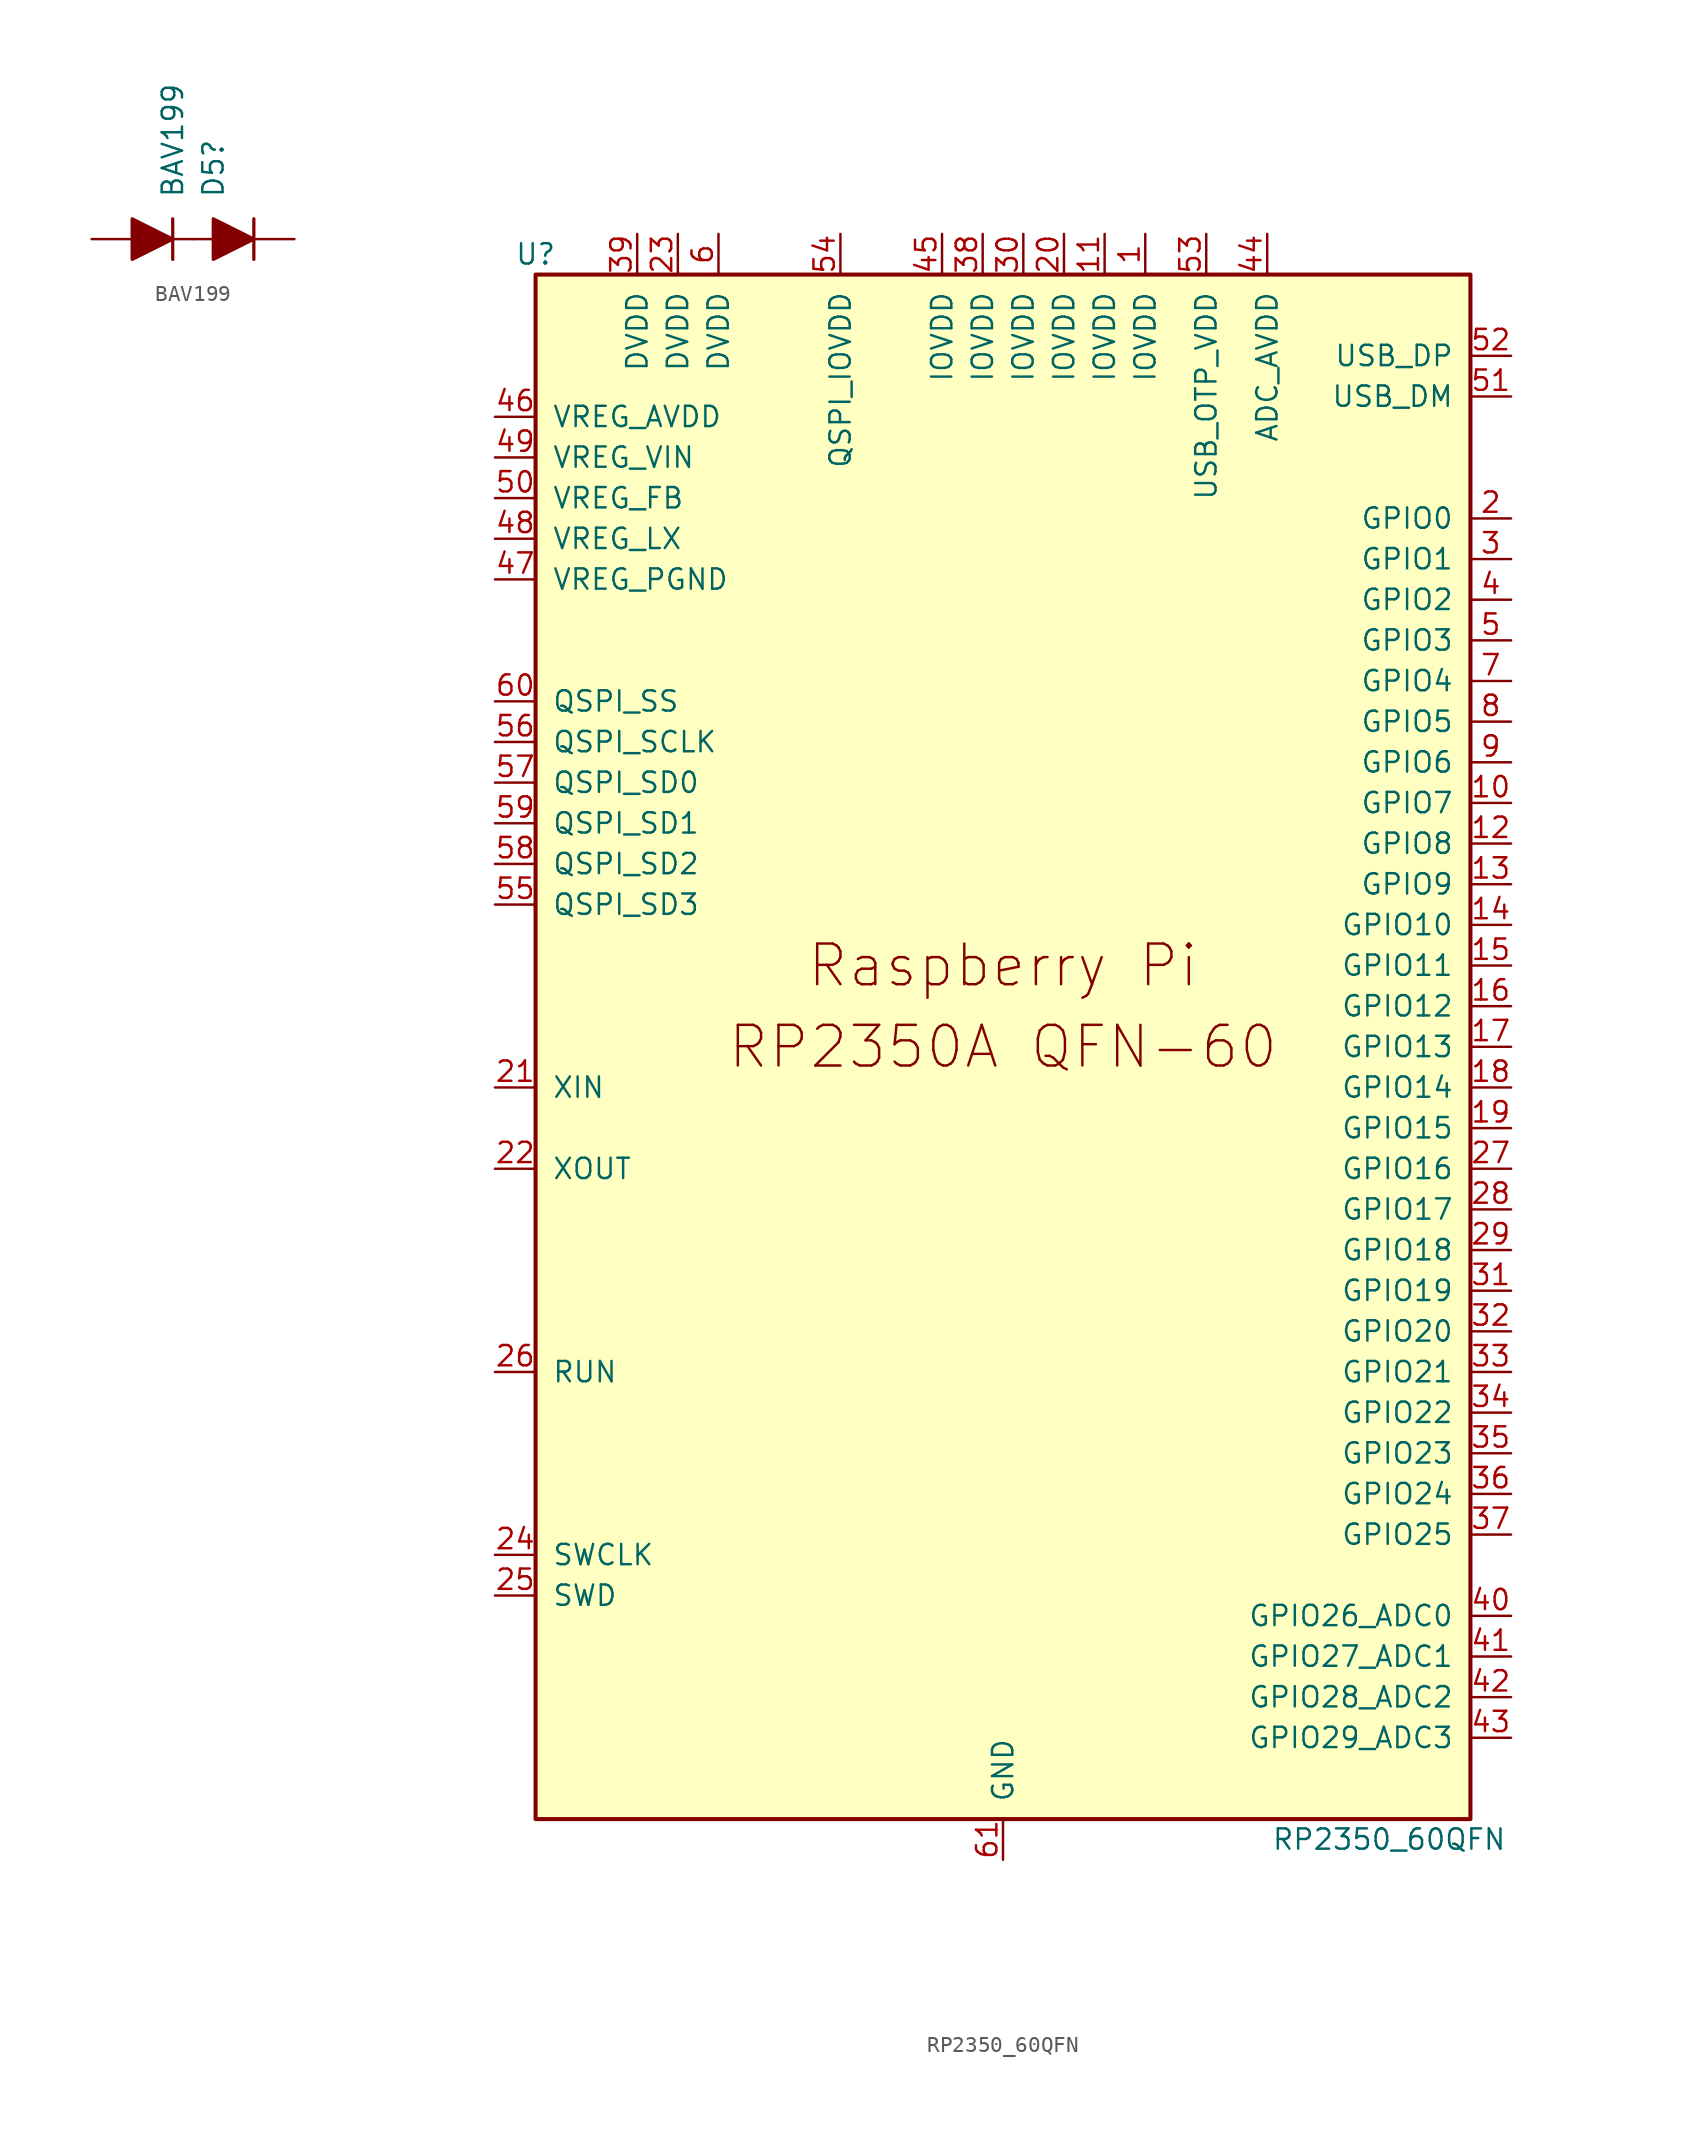
<source format=kicad_sym>
(kicad_symbol_lib
  (version 20241209)
  (generator "kicad_symbol_editor")
  (generator_version "9.0")
  (symbol "BAV199"
    (pin_numbers
      (hide yes))
    (pin_names
      (hide yes))
    (property "Reference" "D5"
      (at 1.27 2.54 90)
      (effects (font (size 1.27 1.27)) (justify left)))
    (property "Value" "BAV199"
      (at -1.27 2.54 90)
      (effects (font (size 1.27 1.27)) (justify left)))
    (symbol "BAV199_1_1"
      (polyline (pts (xy -3.81 1.27) (xy -1.27 0) (xy -3.81 -1.27) (xy -3.81 1.27) (xy -3.81 1.27) (xy -3.81 1.27)) (stroke (width 0.203) (type solid)) (fill (type outline)))
      (polyline (pts (xy -1.27 0) (xy 1.27 0)) (stroke (width 0) (type default)) (fill (type none)))
      (polyline (pts (xy -1.27 -1.27) (xy -1.27 1.27) (xy -1.27 1.27)) (stroke (width 0.203) (type default)) (fill (type none)))
      (polyline (pts (xy 1.27 1.27) (xy 3.81 0) (xy 1.27 -1.27) (xy 1.27 1.27) (xy 1.27 1.27) (xy 1.27 1.27)) (stroke (width 0.203) (type solid)) (fill (type outline)))
      (polyline (pts (xy 3.81 1.27) (xy 3.81 -1.27) (xy 3.81 -1.27)) (stroke (width 0.203) (type default)) (fill (type none)))
      (pin passive line (at -6.35 0 0) (length 2.54) (name "K" (effects (font (size 1.27 1.27)))) (number "1" (effects (font (size 1.27 1.27)))))
      (pin passive line (at 0 0 0) (length 0) (name "K" (effects (font (size 1.27 1.27)))) (number "3" (effects (font (size 1.27 1.27)))))
      (pin passive line (at 6.35 0 180) (length 2.54) (name "A" (effects (font (size 1.27 1.27)))) (number "2" (effects (font (size 1.27 1.27)))))))
  (symbol "RP2350_60QFN"
    (pin_names
      (offset 1.016))
    (property "Reference" "U"
      (at -29.21 49.53 0)
      (effects (font (size 1.27 1.27))))
    (property "Value" "RP2350_60QFN"
      (at 24.13 -49.53 0)
      (effects (font (size 1.27 1.27))))
    (symbol "RP2350_60QFN_0_0"
      (text "Raspberry Pi" (at 0 5.08 0) (effects (font (size 2.54 2.54)))))
    (symbol "RP2350_60QFN_0_1"
      (rectangle (start -29.21 48.26) (end 29.21 -48.26) (stroke (width 0.254) (type default)) (fill (type background))))
    (symbol "RP2350_60QFN_1_0"
      (text "RP2350A QFN-60" (at 0 0 0) (effects (font (size 2.54 2.54)))))
    (symbol "RP2350_60QFN_1_1"
      (pin power_in line (at -31.75 39.37 0) (length 2.54) (name "VREG_AVDD" (effects (font (size 1.27 1.27)))) (number "46" (effects (font (size 1.27 1.27)))))
      (pin power_in line (at -31.75 36.83 0) (length 2.54) (name "VREG_VIN" (effects (font (size 1.27 1.27)))) (number "49" (effects (font (size 1.27 1.27)))))
      (pin input line (at -31.75 34.29 0) (length 2.54) (name "VREG_FB" (effects (font (size 1.27 1.27)))) (number "50" (effects (font (size 1.27 1.27)))))
      (pin power_out line (at -31.75 31.75 0) (length 2.54) (name "VREG_LX" (effects (font (size 1.27 1.27)))) (number "48" (effects (font (size 1.27 1.27)))))
      (pin power_in line (at -31.75 29.21 0) (length 2.54) (name "VREG_PGND" (effects (font (size 1.27 1.27)))) (number "47" (effects (font (size 1.27 1.27)))))
      (pin bidirectional line (at -31.75 21.59 0) (length 2.54) (name "QSPI_SS" (effects (font (size 1.27 1.27)))) (number "60" (effects (font (size 1.27 1.27)))))
      (pin output line (at -31.75 19.05 0) (length 2.54) (name "QSPI_SCLK" (effects (font (size 1.27 1.27)))) (number "56" (effects (font (size 1.27 1.27)))))
      (pin bidirectional line (at -31.75 16.51 0) (length 2.54) (name "QSPI_SD0" (effects (font (size 1.27 1.27)))) (number "57" (effects (font (size 1.27 1.27)))))
      (pin bidirectional line (at -31.75 13.97 0) (length 2.54) (name "QSPI_SD1" (effects (font (size 1.27 1.27)))) (number "59" (effects (font (size 1.27 1.27)))))
      (pin bidirectional line (at -31.75 11.43 0) (length 2.54) (name "QSPI_SD2" (effects (font (size 1.27 1.27)))) (number "58" (effects (font (size 1.27 1.27)))))
      (pin bidirectional line (at -31.75 8.89 0) (length 2.54) (name "QSPI_SD3" (effects (font (size 1.27 1.27)))) (number "55" (effects (font (size 1.27 1.27)))))
      (pin input line (at -31.75 -2.54 0) (length 2.54) (name "XIN" (effects (font (size 1.27 1.27)))) (number "21" (effects (font (size 1.27 1.27)))))
      (pin passive line (at -31.75 -7.62 0) (length 2.54) (name "XOUT" (effects (font (size 1.27 1.27)))) (number "22" (effects (font (size 1.27 1.27)))))
      (pin input line (at -31.75 -20.32 0) (length 2.54) (name "RUN" (effects (font (size 1.27 1.27)))) (number "26" (effects (font (size 1.27 1.27)))))
      (pin output line (at -31.75 -31.75 0) (length 2.54) (name "SWCLK" (effects (font (size 1.27 1.27)))) (number "24" (effects (font (size 1.27 1.27)))))
      (pin bidirectional line (at -31.75 -34.29 0) (length 2.54) (name "SWD" (effects (font (size 1.27 1.27)))) (number "25" (effects (font (size 1.27 1.27)))))
      (pin power_in line (at -22.86 50.8 270) (length 2.54) (name "DVDD" (effects (font (size 1.27 1.27)))) (number "39" (effects (font (size 1.27 1.27)))))
      (pin power_in line (at -20.32 50.8 270) (length 2.54) (name "DVDD" (effects (font (size 1.27 1.27)))) (number "23" (effects (font (size 1.27 1.27)))))
      (pin power_in line (at -17.78 50.8 270) (length 2.54) (name "DVDD" (effects (font (size 1.27 1.27)))) (number "6" (effects (font (size 1.27 1.27)))))
      (pin power_in line (at -10.16 50.8 270) (length 2.54) (name "QSPI_IOVDD" (effects (font (size 1.27 1.27)))) (number "54" (effects (font (size 1.27 1.27)))))
      (pin power_in line (at -3.81 50.8 270) (length 2.54) (name "IOVDD" (effects (font (size 1.27 1.27)))) (number "45" (effects (font (size 1.27 1.27)))))
      (pin power_in line (at -1.27 50.8 270) (length 2.54) (name "IOVDD" (effects (font (size 1.27 1.27)))) (number "38" (effects (font (size 1.27 1.27)))))
      (pin power_in line (at 0 -50.8 90) (length 2.54) (name "GND" (effects (font (size 1.27 1.27)))) (number "61" (effects (font (size 1.27 1.27)))))
      (pin power_in line (at 1.27 50.8 270) (length 2.54) (name "IOVDD" (effects (font (size 1.27 1.27)))) (number "30" (effects (font (size 1.27 1.27)))))
      (pin power_in line (at 3.81 50.8 270) (length 2.54) (name "IOVDD" (effects (font (size 1.27 1.27)))) (number "20" (effects (font (size 1.27 1.27)))))
      (pin power_in line (at 6.35 50.8 270) (length 2.54) (name "IOVDD" (effects (font (size 1.27 1.27)))) (number "11" (effects (font (size 1.27 1.27)))))
      (pin power_in line (at 8.89 50.8 270) (length 2.54) (name "IOVDD" (effects (font (size 1.27 1.27)))) (number "1" (effects (font (size 1.27 1.27)))))
      (pin power_in line (at 12.7 50.8 270) (length 2.54) (name "USB_OTP_VDD" (effects (font (size 1.27 1.27)))) (number "53" (effects (font (size 1.27 1.27)))))
      (pin power_in line (at 16.51 50.8 270) (length 2.54) (name "ADC_AVDD" (effects (font (size 1.27 1.27)))) (number "44" (effects (font (size 1.27 1.27)))))
      (pin bidirectional line (at 31.75 43.18 180) (length 2.54) (name "USB_DP" (effects (font (size 1.27 1.27)))) (number "52" (effects (font (size 1.27 1.27)))))
      (pin bidirectional line (at 31.75 40.64 180) (length 2.54) (name "USB_DM" (effects (font (size 1.27 1.27)))) (number "51" (effects (font (size 1.27 1.27)))))
      (pin bidirectional line (at 31.75 33.02 180) (length 2.54) (name "GPIO0" (effects (font (size 1.27 1.27)))) (number "2" (effects (font (size 1.27 1.27)))))
      (pin bidirectional line (at 31.75 30.48 180) (length 2.54) (name "GPIO1" (effects (font (size 1.27 1.27)))) (number "3" (effects (font (size 1.27 1.27)))))
      (pin bidirectional line (at 31.75 27.94 180) (length 2.54) (name "GPIO2" (effects (font (size 1.27 1.27)))) (number "4" (effects (font (size 1.27 1.27)))))
      (pin bidirectional line (at 31.75 25.4 180) (length 2.54) (name "GPIO3" (effects (font (size 1.27 1.27)))) (number "5" (effects (font (size 1.27 1.27)))))
      (pin bidirectional line (at 31.75 22.86 180) (length 2.54) (name "GPIO4" (effects (font (size 1.27 1.27)))) (number "7" (effects (font (size 1.27 1.27)))))
      (pin bidirectional line (at 31.75 20.32 180) (length 2.54) (name "GPIO5" (effects (font (size 1.27 1.27)))) (number "8" (effects (font (size 1.27 1.27)))))
      (pin bidirectional line (at 31.75 17.78 180) (length 2.54) (name "GPIO6" (effects (font (size 1.27 1.27)))) (number "9" (effects (font (size 1.27 1.27)))))
      (pin bidirectional line (at 31.75 15.24 180) (length 2.54) (name "GPIO7" (effects (font (size 1.27 1.27)))) (number "10" (effects (font (size 1.27 1.27)))))
      (pin bidirectional line (at 31.75 12.7 180) (length 2.54) (name "GPIO8" (effects (font (size 1.27 1.27)))) (number "12" (effects (font (size 1.27 1.27)))))
      (pin bidirectional line (at 31.75 10.16 180) (length 2.54) (name "GPIO9" (effects (font (size 1.27 1.27)))) (number "13" (effects (font (size 1.27 1.27)))))
      (pin bidirectional line (at 31.75 7.62 180) (length 2.54) (name "GPIO10" (effects (font (size 1.27 1.27)))) (number "14" (effects (font (size 1.27 1.27)))))
      (pin bidirectional line (at 31.75 5.08 180) (length 2.54) (name "GPIO11" (effects (font (size 1.27 1.27)))) (number "15" (effects (font (size 1.27 1.27)))))
      (pin bidirectional line (at 31.75 2.54 180) (length 2.54) (name "GPIO12" (effects (font (size 1.27 1.27)))) (number "16" (effects (font (size 1.27 1.27)))))
      (pin bidirectional line (at 31.75 0 180) (length 2.54) (name "GPIO13" (effects (font (size 1.27 1.27)))) (number "17" (effects (font (size 1.27 1.27)))))
      (pin bidirectional line (at 31.75 -2.54 180) (length 2.54) (name "GPIO14" (effects (font (size 1.27 1.27)))) (number "18" (effects (font (size 1.27 1.27)))))
      (pin bidirectional line (at 31.75 -5.08 180) (length 2.54) (name "GPIO15" (effects (font (size 1.27 1.27)))) (number "19" (effects (font (size 1.27 1.27)))))
      (pin bidirectional line (at 31.75 -7.62 180) (length 2.54) (name "GPIO16" (effects (font (size 1.27 1.27)))) (number "27" (effects (font (size 1.27 1.27)))))
      (pin bidirectional line (at 31.75 -10.16 180) (length 2.54) (name "GPIO17" (effects (font (size 1.27 1.27)))) (number "28" (effects (font (size 1.27 1.27)))))
      (pin bidirectional line (at 31.75 -12.7 180) (length 2.54) (name "GPIO18" (effects (font (size 1.27 1.27)))) (number "29" (effects (font (size 1.27 1.27)))))
      (pin bidirectional line (at 31.75 -15.24 180) (length 2.54) (name "GPIO19" (effects (font (size 1.27 1.27)))) (number "31" (effects (font (size 1.27 1.27)))))
      (pin bidirectional line (at 31.75 -17.78 180) (length 2.54) (name "GPIO20" (effects (font (size 1.27 1.27)))) (number "32" (effects (font (size 1.27 1.27)))))
      (pin bidirectional line (at 31.75 -20.32 180) (length 2.54) (name "GPIO21" (effects (font (size 1.27 1.27)))) (number "33" (effects (font (size 1.27 1.27)))))
      (pin bidirectional line (at 31.75 -22.86 180) (length 2.54) (name "GPIO22" (effects (font (size 1.27 1.27)))) (number "34" (effects (font (size 1.27 1.27)))))
      (pin bidirectional line (at 31.75 -25.4 180) (length 2.54) (name "GPIO23" (effects (font (size 1.27 1.27)))) (number "35" (effects (font (size 1.27 1.27)))))
      (pin bidirectional line (at 31.75 -27.94 180) (length 2.54) (name "GPIO24" (effects (font (size 1.27 1.27)))) (number "36" (effects (font (size 1.27 1.27)))))
      (pin bidirectional line (at 31.75 -30.48 180) (length 2.54) (name "GPIO25" (effects (font (size 1.27 1.27)))) (number "37" (effects (font (size 1.27 1.27)))))
      (pin bidirectional line (at 31.75 -35.56 180) (length 2.54) (name "GPIO26_ADC0" (effects (font (size 1.27 1.27)))) (number "40" (effects (font (size 1.27 1.27)))))
      (pin bidirectional line (at 31.75 -38.1 180) (length 2.54) (name "GPIO27_ADC1" (effects (font (size 1.27 1.27)))) (number "41" (effects (font (size 1.27 1.27)))))
      (pin bidirectional line (at 31.75 -40.64 180) (length 2.54) (name "GPIO28_ADC2" (effects (font (size 1.27 1.27)))) (number "42" (effects (font (size 1.27 1.27)))))
      (pin bidirectional line (at 31.75 -43.18 180) (length 2.54) (name "GPIO29_ADC3" (effects (font (size 1.27 1.27)))) (number "43" (effects (font (size 1.27 1.27))))))))
</source>
